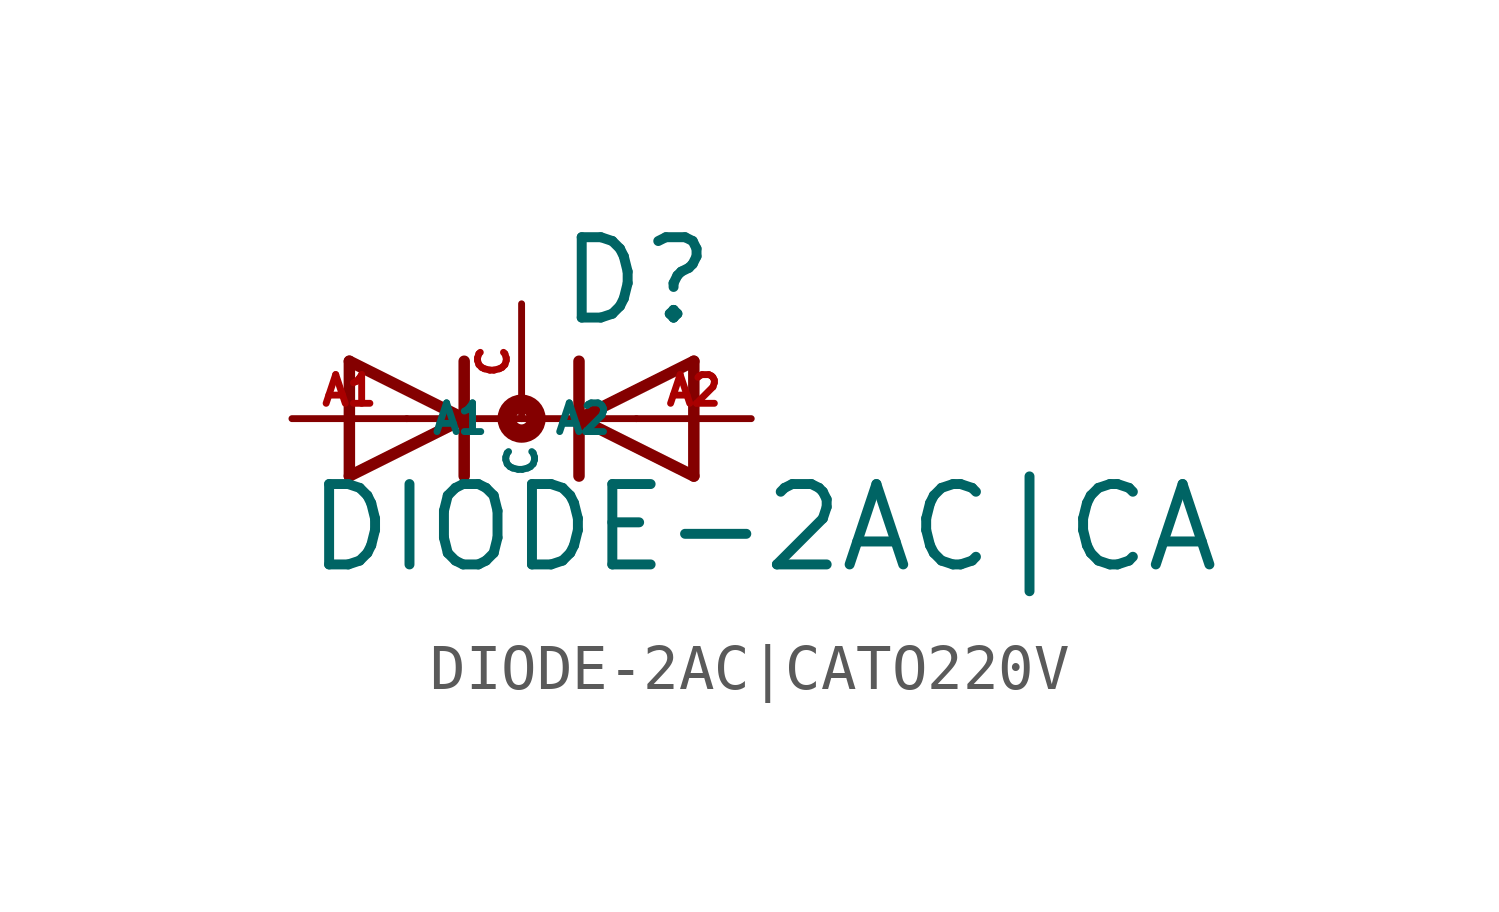
<source format=kicad_sym>
(kicad_symbol_lib
  (version 20220914)
  (generator Eagle2Kicad)
  (symbol "DIODE-2AC|CATO220V"
    (property "Reference" "D"
      (at 0.762 2.007 0)
      (effects (font (size 1.778 1.778) (thickness 0.22)) (justify left bottom)))
    (property "Value" "DIODE-2AC|CA"
      (at -4.826 -3.454 0)
      (effects (font (size 1.778 1.778) (thickness 0.22)) (justify left bottom)))
    (polyline
      (pts (xy -3.81 -1.27) (xy -1.27 0))
      (stroke (width 0.254) (type default))
      (fill (type none)))
    (polyline
      (pts (xy -1.27 0) (xy -3.81 1.27))
      (stroke (width 0.254) (type default))
      (fill (type none)))
    (polyline
      (pts (xy -1.27 1.27) (xy -1.27 0))
      (stroke (width 0.254) (type default))
      (fill (type none)))
    (polyline
      (pts (xy -2.54 0) (xy -1.27 0))
      (stroke (width 0.152) (type default))
      (fill (type none)))
    (polyline
      (pts (xy -3.81 1.27) (xy -3.81 -1.27))
      (stroke (width 0.254) (type default))
      (fill (type none)))
    (polyline
      (pts (xy -1.27 0) (xy -1.27 -1.27))
      (stroke (width 0.254) (type default))
      (fill (type none)))
    (polyline
      (pts (xy 3.81 1.27) (xy 1.27 0))
      (stroke (width 0.254) (type default))
      (fill (type none)))
    (polyline
      (pts (xy 1.27 0) (xy 3.81 -1.27))
      (stroke (width 0.254) (type default))
      (fill (type none)))
    (polyline
      (pts (xy 1.27 -1.27) (xy 1.27 0))
      (stroke (width 0.254) (type default))
      (fill (type none)))
    (polyline
      (pts (xy -1.27 0) (xy 1.27 0))
      (stroke (width 0.152) (type default))
      (fill (type none)))
    (polyline
      (pts (xy 2.54 0) (xy 1.27 0))
      (stroke (width 0.152) (type default))
      (fill (type none)))
    (polyline
      (pts (xy 3.81 -1.27) (xy 3.81 1.27))
      (stroke (width 0.254) (type default))
      (fill (type none)))
    (polyline
      (pts (xy 1.27 0) (xy 1.27 1.27))
      (stroke (width 0.254) (type default))
      (fill (type none)))
    (circle
      (center 0 0)
      (radius 0.127)
      (stroke (width 0.406) (type default))
      (fill (type none)))
    (pin passive line
      (at -5.08 0 0)
      (length 2.54)
      (name "A1" (effects (font (size 0.635 0.635) (thickness 0.08)) (justify left bottom)))
      (number "A1" (effects (font (size 0.635 0.635) (thickness 0.08)) (justify left bottom))))
    (pin passive line
      (at 5.08 0 180)
      (length 2.54)
      (name "A2" (effects (font (size 0.635 0.635) (thickness 0.08)) (justify left bottom)))
      (number "A2" (effects (font (size 0.635 0.635) (thickness 0.08)) (justify left bottom))))
    (pin passive line
      (at 0 2.54 270)
      (length 2.54)
      (name "C" (effects (font (size 0.635 0.635) (thickness 0.08)) (justify left bottom)))
      (number "C" (effects (font (size 0.635 0.635) (thickness 0.08)) (justify left bottom))))))
</source>
